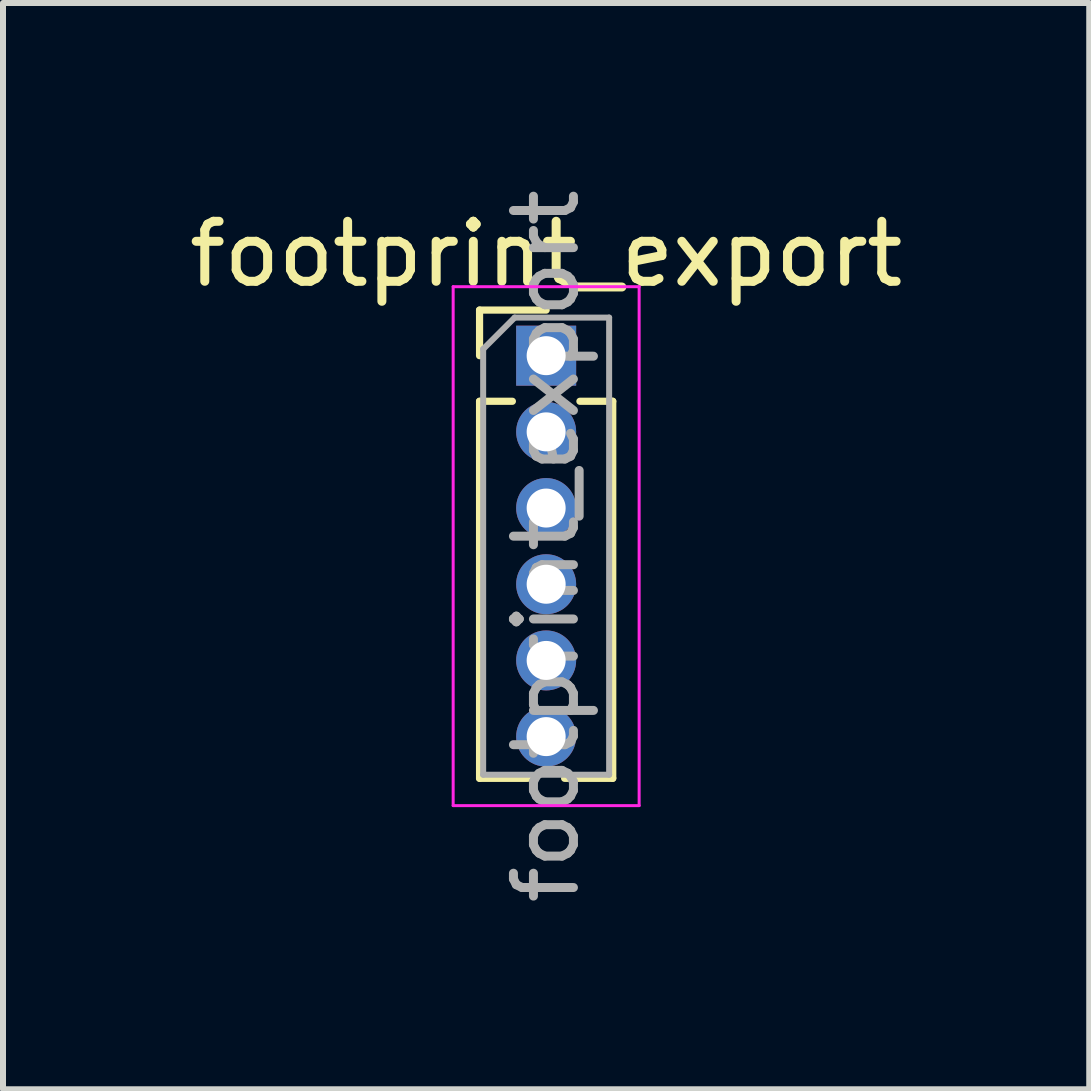
<source format=kicad_pcb>
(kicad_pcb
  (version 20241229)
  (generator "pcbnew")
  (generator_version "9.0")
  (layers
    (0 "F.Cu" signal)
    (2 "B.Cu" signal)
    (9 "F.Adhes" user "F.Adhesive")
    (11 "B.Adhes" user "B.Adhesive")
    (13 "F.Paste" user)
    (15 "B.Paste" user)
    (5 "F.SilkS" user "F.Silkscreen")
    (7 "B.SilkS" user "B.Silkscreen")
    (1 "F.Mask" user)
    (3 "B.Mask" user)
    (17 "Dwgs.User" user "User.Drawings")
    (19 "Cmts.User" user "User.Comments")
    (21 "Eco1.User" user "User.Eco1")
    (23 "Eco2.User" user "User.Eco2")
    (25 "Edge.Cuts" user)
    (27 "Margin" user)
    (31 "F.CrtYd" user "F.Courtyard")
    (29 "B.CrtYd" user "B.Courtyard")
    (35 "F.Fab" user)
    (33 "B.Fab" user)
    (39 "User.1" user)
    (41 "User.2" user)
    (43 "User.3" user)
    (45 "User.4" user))
  (footprint "footprint_export"
    (layer "F.Cu")
    (at 6.054 2.879)
    (property "Reference" "footprint_export" (at 0 -1.695 0) (layer "F.SilkS") (effects (font (size 1 1) (thickness 0.15))))
    (attr through_hole)
    (fp_line (start -1.11 -0.76) (end 0 -0.76) (stroke (width 0.12) (type solid)) (layer "F.SilkS"))
    (fp_line (start -1.11 0) (end -1.11 -0.76) (stroke (width 0.12) (type solid)) (layer "F.SilkS"))
    (fp_line (start -1.11 0.76) (end -1.11 7.045) (stroke (width 0.12) (type solid)) (layer "F.SilkS"))
    (fp_line (start -1.11 0.76) (end -0.563 0.76) (stroke (width 0.12) (type solid)) (layer "F.SilkS"))
    (fp_line (start -1.11 7.045) (end -0.308 7.045) (stroke (width 0.12) (type solid)) (layer "F.SilkS"))
    (fp_line (start 0.308 7.045) (end 1.11 7.045) (stroke (width 0.12) (type solid)) (layer "F.SilkS"))
    (fp_line (start 0.563 0.76) (end 1.11 0.76) (stroke (width 0.12) (type solid)) (layer "F.SilkS"))
    (fp_line (start 1.11 0.76) (end 1.11 7.045) (stroke (width 0.12) (type solid)) (layer "F.SilkS"))
    (fp_line (start -1.55 -1.15) (end -1.55 7.5) (stroke (width 0.05) (type solid)) (layer "F.CrtYd"))
    (fp_line (start -1.55 7.5) (end 1.55 7.5) (stroke (width 0.05) (type solid)) (layer "F.CrtYd"))
    (fp_line (start 1.55 -1.15) (end -1.55 -1.15) (stroke (width 0.05) (type solid)) (layer "F.CrtYd"))
    (fp_line (start 1.55 7.5) (end 1.55 -1.15) (stroke (width 0.05) (type solid)) (layer "F.CrtYd"))
    (fp_line (start -1.05 -0.11) (end -0.525 -0.635) (stroke (width 0.1) (type solid)) (layer "F.Fab"))
    (fp_line (start -1.05 6.985) (end -1.05 -0.11) (stroke (width 0.1) (type solid)) (layer "F.Fab"))
    (fp_line (start -0.525 -0.635) (end 1.05 -0.635) (stroke (width 0.1) (type solid)) (layer "F.Fab"))
    (fp_line (start 1.05 -0.635) (end 1.05 6.985) (stroke (width 0.1) (type solid)) (layer "F.Fab"))
    (fp_line (start 1.05 6.985) (end -1.05 6.985) (stroke (width 0.1) (type solid)) (layer "F.Fab"))
    (fp_text user "${REFERENCE}" (at 0 3.175 90) (layer "F.Fab") (effects (font (size 1 1) (thickness 0.15))))
    (pad "1" thru_hole rect (at 0 0) (size 1 1) (drill 0.65) (layers "*.Cu" "*.Mask"))
    (pad "2" thru_hole oval (at 0 1.27) (size 1 1) (drill 0.65) (layers "*.Cu" "*.Mask"))
    (pad "3" thru_hole oval (at 0 2.54) (size 1 1) (drill 0.65) (layers "*.Cu" "*.Mask"))
    (pad "4" thru_hole oval (at 0 3.81) (size 1 1) (drill 0.65) (layers "*.Cu" "*.Mask"))
    (pad "5" thru_hole oval (at 0 5.08) (size 1 1) (drill 0.65) (layers "*.Cu" "*.Mask"))
    (pad "6" thru_hole oval (at 0 6.35) (size 1 1) (drill 0.65) (layers "*.Cu" "*.Mask")))
  (gr_rect
    (start -3 -3)
    (end 15.107 15.107)
    (stroke (width 0.1) (type default))
    (fill no)
    (layer "Edge.Cuts")))
</source>
